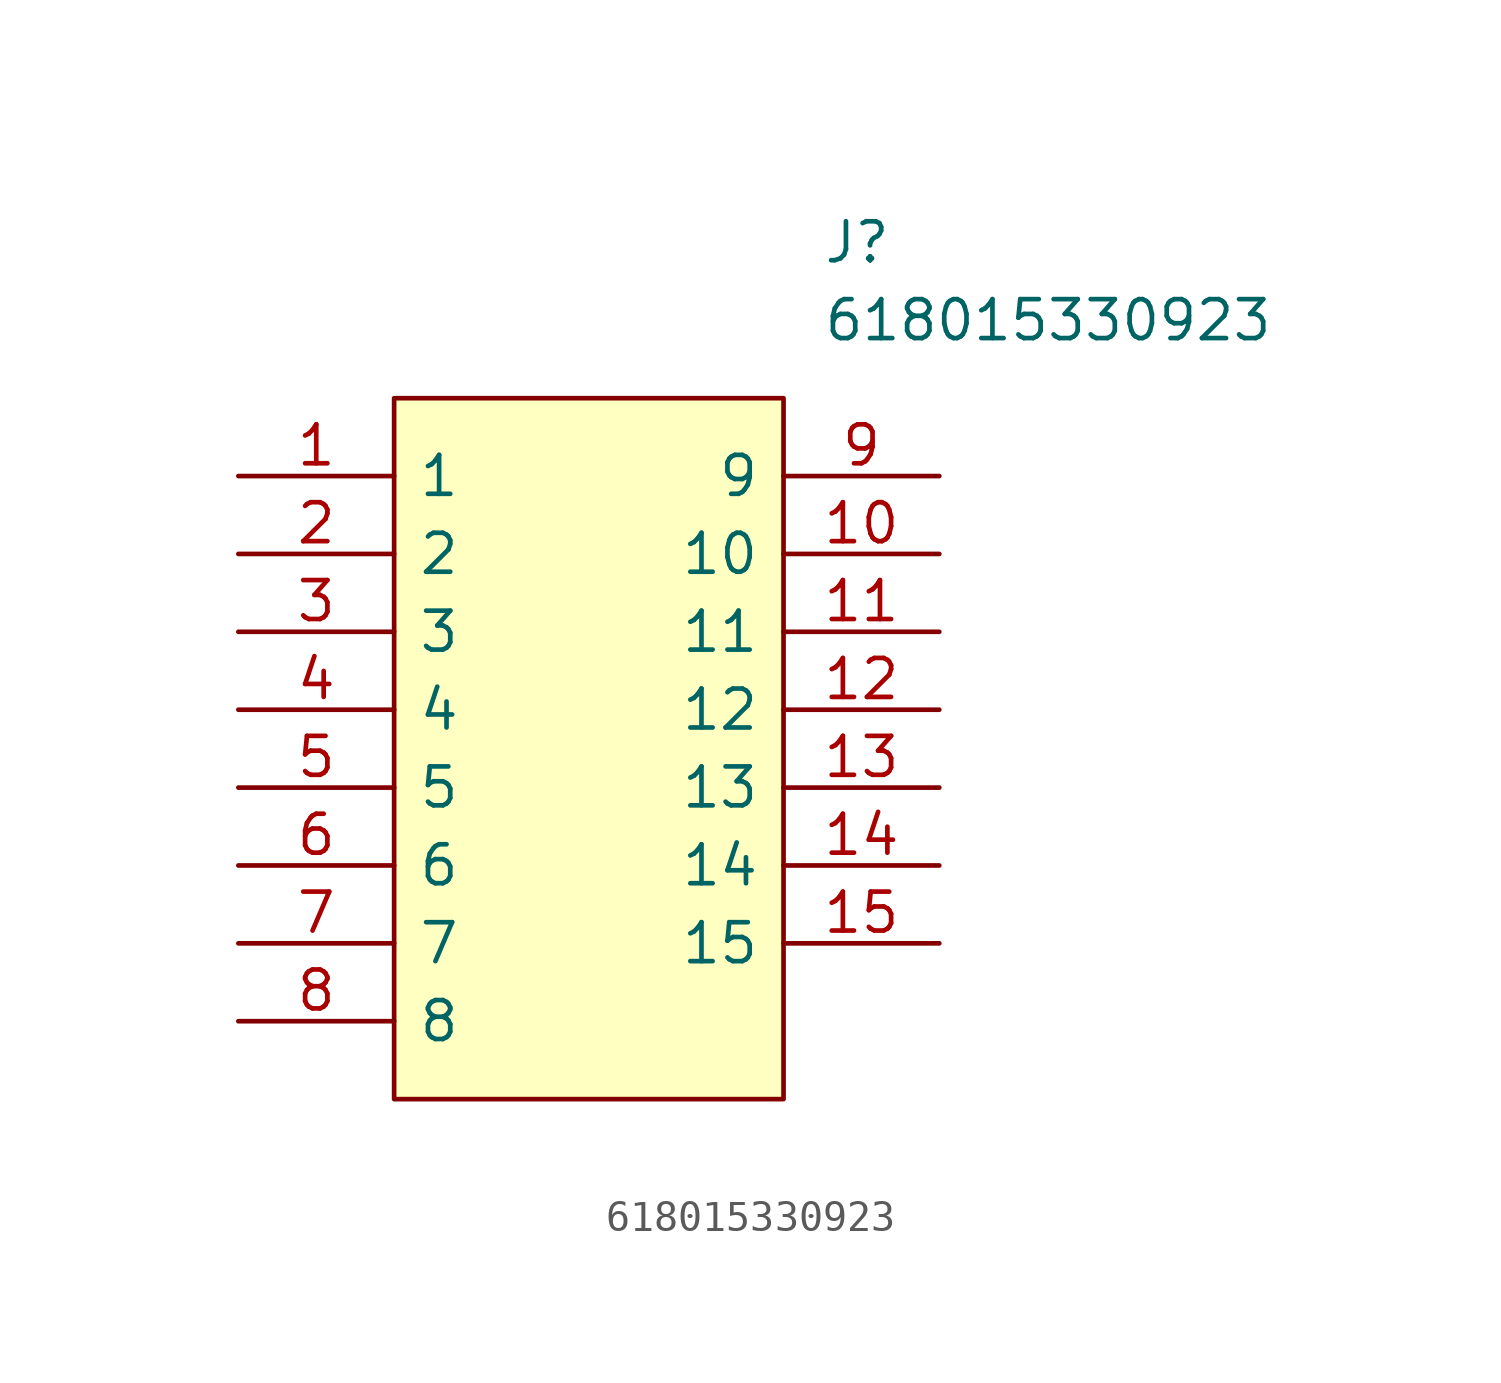
<source format=kicad_sym>
(kicad_symbol_lib
  (version 20211014)
  (generator kicad_symbol_editor)
  (symbol "618015330923"
    (pin_names
      (offset 0.762))
    (property "Reference" "J"
      (at 19.05 7.62 0)
      (effects (font (size 1.27 1.27)) (justify left)))
    (property "Value" "618015330923"
      (at 19.05 5.08 0)
      (effects (font (size 1.27 1.27)) (justify left)))
    (symbol "618015330923_0_0"
      (pin passive line (at 0 0 0) (length 5.08) (name "1" (effects (font (size 1.27 1.27)))) (number "1" (effects (font (size 1.27 1.27)))))
      (pin passive line (at 22.86 -2.54 180) (length 5.08) (name "10" (effects (font (size 1.27 1.27)))) (number "10" (effects (font (size 1.27 1.27)))))
      (pin passive line (at 22.86 -5.08 180) (length 5.08) (name "11" (effects (font (size 1.27 1.27)))) (number "11" (effects (font (size 1.27 1.27)))))
      (pin passive line (at 22.86 -7.62 180) (length 5.08) (name "12" (effects (font (size 1.27 1.27)))) (number "12" (effects (font (size 1.27 1.27)))))
      (pin passive line (at 22.86 -10.16 180) (length 5.08) (name "13" (effects (font (size 1.27 1.27)))) (number "13" (effects (font (size 1.27 1.27)))))
      (pin passive line (at 22.86 -12.7 180) (length 5.08) (name "14" (effects (font (size 1.27 1.27)))) (number "14" (effects (font (size 1.27 1.27)))))
      (pin passive line (at 22.86 -15.24 180) (length 5.08) (name "15" (effects (font (size 1.27 1.27)))) (number "15" (effects (font (size 1.27 1.27)))))
      (pin passive line (at 0 -2.54 0) (length 5.08) (name "2" (effects (font (size 1.27 1.27)))) (number "2" (effects (font (size 1.27 1.27)))))
      (pin passive line (at 0 -5.08 0) (length 5.08) (name "3" (effects (font (size 1.27 1.27)))) (number "3" (effects (font (size 1.27 1.27)))))
      (pin passive line (at 0 -7.62 0) (length 5.08) (name "4" (effects (font (size 1.27 1.27)))) (number "4" (effects (font (size 1.27 1.27)))))
      (pin passive line (at 0 -10.16 0) (length 5.08) (name "5" (effects (font (size 1.27 1.27)))) (number "5" (effects (font (size 1.27 1.27)))))
      (pin passive line (at 0 -12.7 0) (length 5.08) (name "6" (effects (font (size 1.27 1.27)))) (number "6" (effects (font (size 1.27 1.27)))))
      (pin passive line (at 0 -15.24 0) (length 5.08) (name "7" (effects (font (size 1.27 1.27)))) (number "7" (effects (font (size 1.27 1.27)))))
      (pin passive line (at 0 -17.78 0) (length 5.08) (name "8" (effects (font (size 1.27 1.27)))) (number "8" (effects (font (size 1.27 1.27)))))
      (pin passive line (at 22.86 0 180) (length 5.08) (name "9" (effects (font (size 1.27 1.27)))) (number "9" (effects (font (size 1.27 1.27))))))
    (symbol "618015330923_0_1"
      (polyline (pts (xy 5.08 2.54) (xy 17.78 2.54) (xy 17.78 -20.32) (xy 5.08 -20.32) (xy 5.08 2.54)) (stroke (width 0.152) (type default) (color 0 0 0 0)) (fill (type background))))))
</source>
